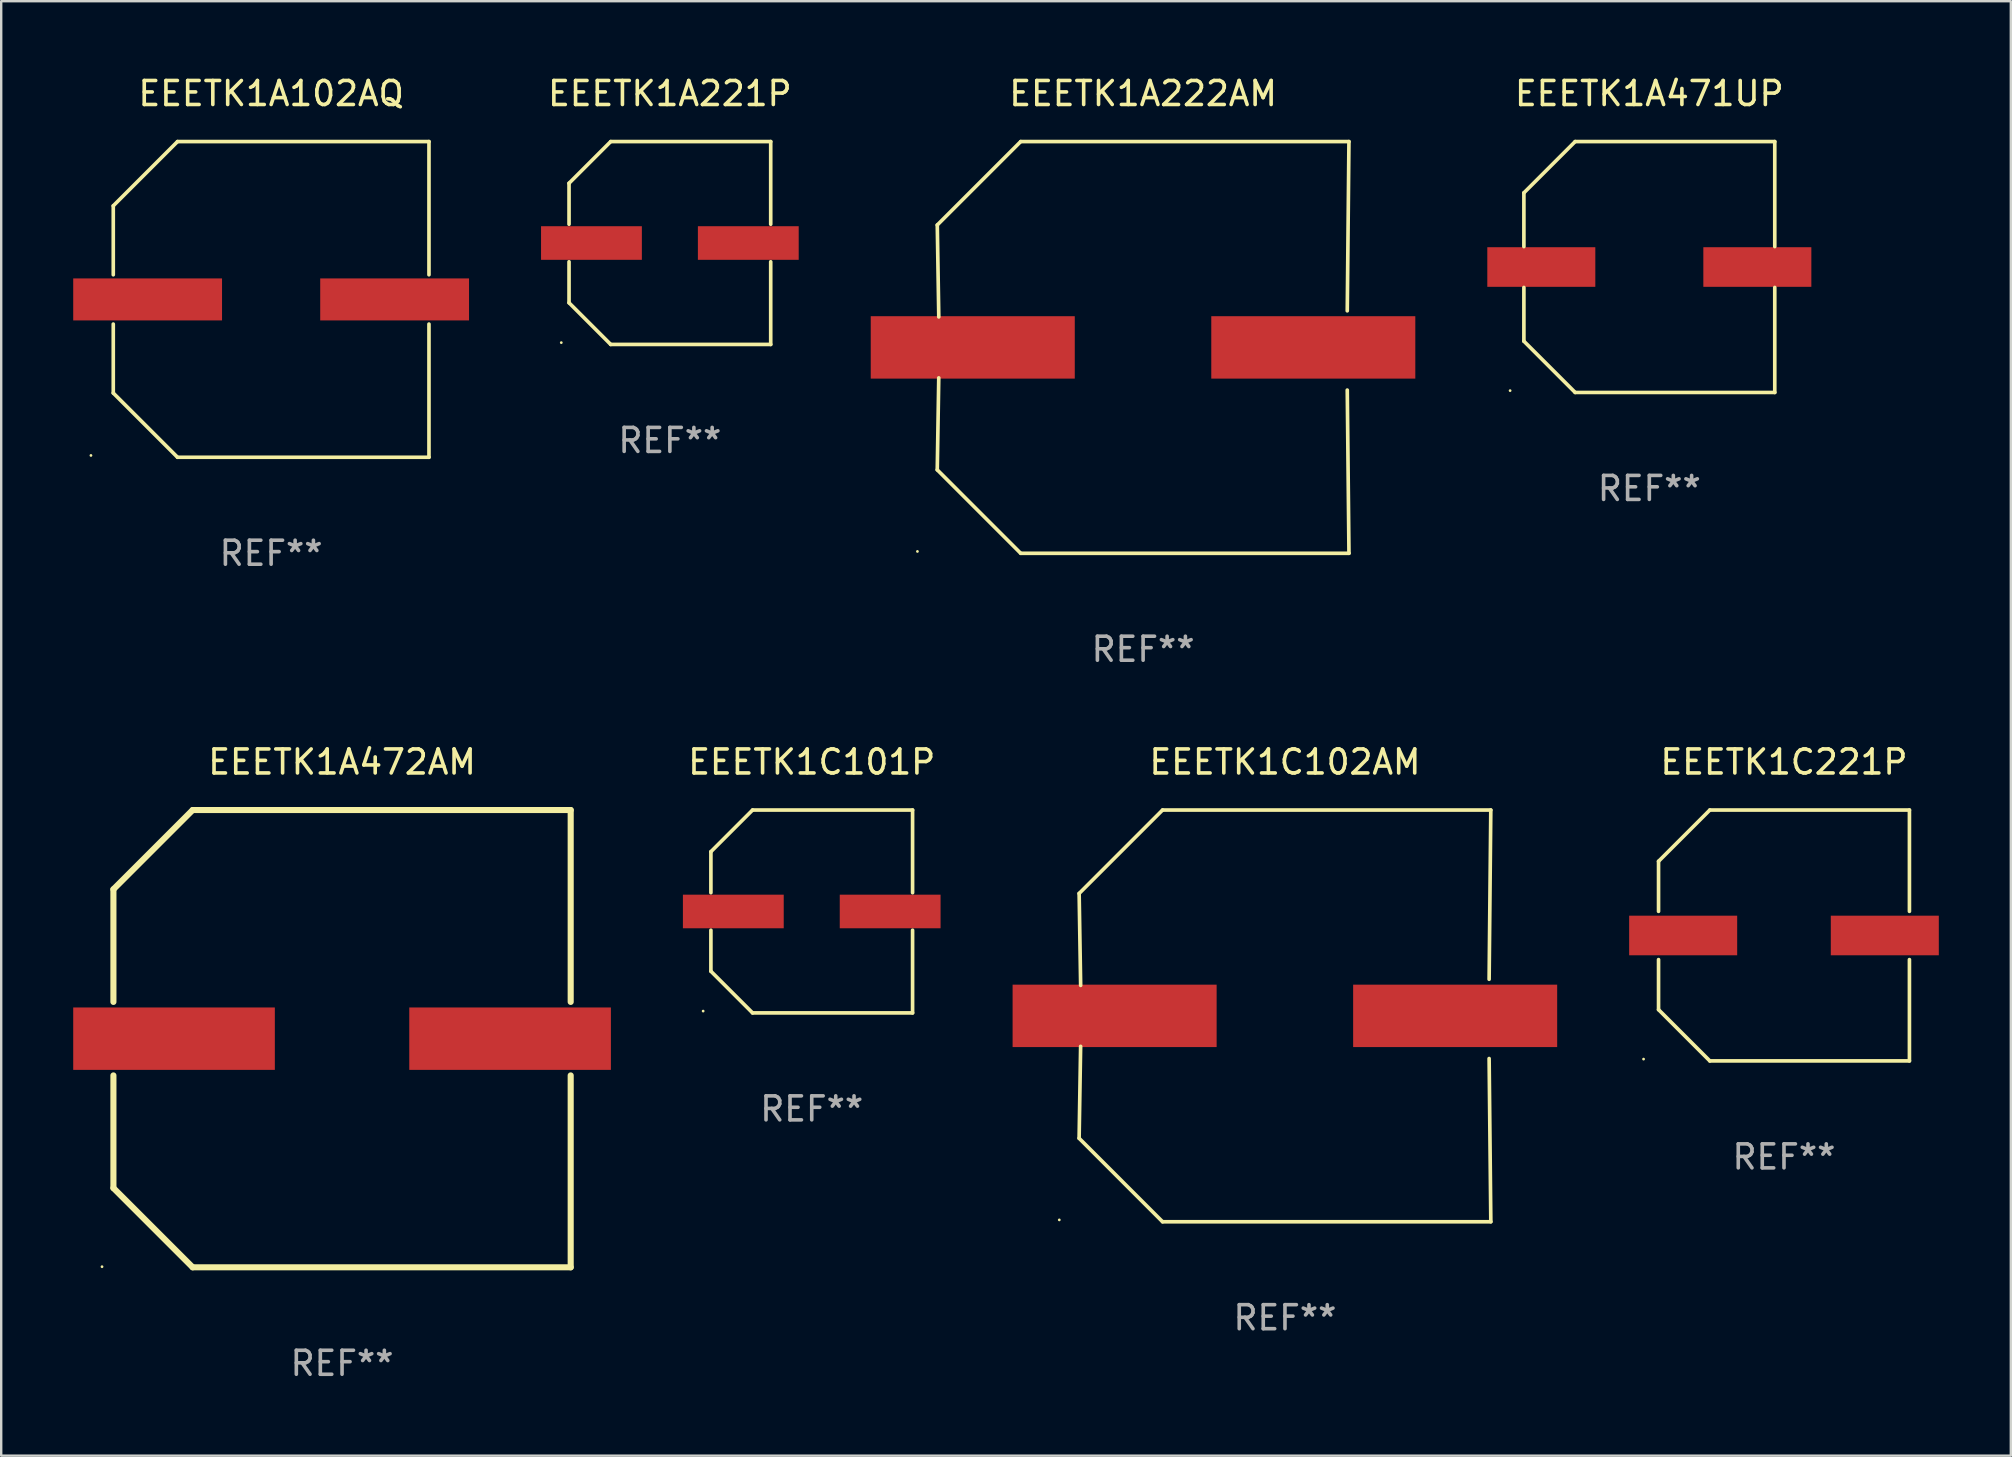
<source format=kicad_pcb>
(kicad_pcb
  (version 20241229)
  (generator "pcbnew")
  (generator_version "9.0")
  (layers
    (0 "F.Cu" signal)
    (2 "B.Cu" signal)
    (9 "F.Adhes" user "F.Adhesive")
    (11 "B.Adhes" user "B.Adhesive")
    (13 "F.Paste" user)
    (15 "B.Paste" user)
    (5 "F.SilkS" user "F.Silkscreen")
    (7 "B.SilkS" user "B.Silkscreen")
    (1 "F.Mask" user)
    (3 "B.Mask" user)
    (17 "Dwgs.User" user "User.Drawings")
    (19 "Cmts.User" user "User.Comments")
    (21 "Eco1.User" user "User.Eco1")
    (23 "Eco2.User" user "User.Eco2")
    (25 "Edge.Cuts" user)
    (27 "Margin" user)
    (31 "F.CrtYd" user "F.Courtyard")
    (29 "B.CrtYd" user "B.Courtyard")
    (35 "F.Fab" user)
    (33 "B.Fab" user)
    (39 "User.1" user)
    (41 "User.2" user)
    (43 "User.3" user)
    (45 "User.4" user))
  (footprint "EEETK1A471UP"
    (layer "F.Cu")
    (at 65.661 8.074)
    (property "Reference" "EEETK1A471UP" (at 0 -7.226 0) (layer "F.SilkS") (effects (font (size 1 1) (thickness 0.15))))
    (attr through_hole)
    (fp_line (start -5.226 -3.09) (end -5.226 -0.852) (stroke (width 0.152) (type solid)) (layer "F.SilkS"))
    (fp_line (start -5.226 3.09) (end -5.226 0.852) (stroke (width 0.152) (type solid)) (layer "F.SilkS"))
    (fp_line (start -3.09 -5.226) (end -5.226 -3.09) (stroke (width 0.152) (type solid)) (layer "F.SilkS"))
    (fp_line (start -3.09 5.226) (end -5.226 3.09) (stroke (width 0.152) (type solid)) (layer "F.SilkS"))
    (fp_line (start 5.226 -5.226) (end -3.09 -5.226) (stroke (width 0.152) (type solid)) (layer "F.SilkS"))
    (fp_line (start 5.226 -0.852) (end 5.226 -5.226) (stroke (width 0.152) (type solid)) (layer "F.SilkS"))
    (fp_line (start 5.226 0.852) (end 5.226 5.226) (stroke (width 0.152) (type solid)) (layer "F.SilkS"))
    (fp_line (start 5.226 5.226) (end -3.09 5.226) (stroke (width 0.152) (type solid)) (layer "F.SilkS"))
    (fp_circle (center -5.8 5.15) (end -5.77 5.15) (stroke (width 0.06) (type solid)) (fill no) (layer "F.SilkS"))
    (fp_text user "REF**" (at 0 9.226 0) (layer "F.Fab") (effects (font (size 1 1) (thickness 0.15))))
    (pad "1" smd rect (at -4.5 0) (size 4.5 1.65) (layers "F.Cu" "F.Mask" "F.Paste"))
    (pad "2" smd rect (at 4.5 0) (size 4.5 1.65) (layers "F.Cu" "F.Mask" "F.Paste")))
  (footprint "EEETK1A221P"
    (layer "F.Cu")
    (at 24.857 7.074)
    (property "Reference" "EEETK1A221P" (at 0 -6.226 0) (layer "F.SilkS") (effects (font (size 1 1) (thickness 0.15))))
    (attr through_hole)
    (fp_line (start -4.201 -2.49) (end -4.201 -0.782) (stroke (width 0.152) (type solid)) (layer "F.SilkS"))
    (fp_line (start -4.201 2.49) (end -4.201 0.782) (stroke (width 0.152) (type solid)) (layer "F.SilkS"))
    (fp_line (start -2.465 -4.226) (end -4.201 -2.49) (stroke (width 0.152) (type solid)) (layer "F.SilkS"))
    (fp_line (start -2.465 4.226) (end -4.201 2.49) (stroke (width 0.152) (type solid)) (layer "F.SilkS"))
    (fp_line (start 4.201 -4.226) (end -2.465 -4.226) (stroke (width 0.152) (type solid)) (layer "F.SilkS"))
    (fp_line (start 4.201 -0.782) (end 4.201 -4.226) (stroke (width 0.152) (type solid)) (layer "F.SilkS"))
    (fp_line (start 4.201 0.782) (end 4.201 4.226) (stroke (width 0.152) (type solid)) (layer "F.SilkS"))
    (fp_line (start 4.201 4.226) (end -2.465 4.226) (stroke (width 0.152) (type solid)) (layer "F.SilkS"))
    (fp_circle (center -4.524 4.15) (end -4.494 4.15) (stroke (width 0.06) (type solid)) (fill no) (layer "F.SilkS"))
    (fp_text user "REF**" (at 0 8.226 0) (layer "F.Fab") (effects (font (size 1 1) (thickness 0.15))))
    (pad "1" smd rect (at -3.267 0) (size 4.2 1.4) (layers "F.Cu" "F.Mask" "F.Paste"))
    (pad "2" smd rect (at 3.267 0) (size 4.2 1.4) (layers "F.Cu" "F.Mask" "F.Paste")))
  (footprint "EEETK1A222AM"
    (layer "F.Cu")
    (at 44.572 11.424)
    (property "Reference" "EEETK1A222AM" (at 0 -10.576 0) (layer "F.SilkS") (effects (font (size 1 1) (thickness 0.15))))
    (attr through_hole)
    (fp_line (start -8.576 5.099) (end -8.513 1.269) (stroke (width 0.152) (type solid)) (layer "F.SilkS"))
    (fp_line (start -8.575 -5.101) (end -8.512 -1.271) (stroke (width 0.152) (type solid)) (layer "F.SilkS"))
    (fp_line (start -5.1 -8.576) (end -8.575 -5.101) (stroke (width 0.152) (type solid)) (layer "F.SilkS"))
    (fp_line (start -5.1 8.576) (end -8.576 5.099) (stroke (width 0.152) (type solid)) (layer "F.SilkS"))
    (fp_line (start 8.505 -1.525) (end 8.575 -8.576) (stroke (width 0.152) (type solid)) (layer "F.SilkS"))
    (fp_line (start 8.505 1.777) (end 8.576 8.576) (stroke (width 0.152) (type solid)) (layer "F.SilkS"))
    (fp_line (start 8.575 -8.576) (end -5.1 -8.576) (stroke (width 0.152) (type solid)) (layer "F.SilkS"))
    (fp_line (start 8.576 8.576) (end -5.1 8.576) (stroke (width 0.152) (type solid)) (layer "F.SilkS"))
    (fp_circle (center -9.402 8.499) (end -9.372 8.499) (stroke (width 0.06) (type solid)) (fill no) (layer "F.SilkS"))
    (fp_text user "REF**" (at 0 12.576 0) (layer "F.Fab") (effects (font (size 1 1) (thickness 0.15))))
    (pad "1" smd rect (at -7.097 -0.001) (size 8.5 2.6) (layers "F.Cu" "F.Mask" "F.Paste"))
    (pad "2" smd rect (at 7.09 -0.001) (size 8.5 2.6) (layers "F.Cu" "F.Mask" "F.Paste")))
  (footprint "EEETK1A472AM"
    (layer "F.Cu")
    (at 11.2 40.221)
    (property "Reference" "EEETK1A472AM" (at 0 -11.525 0) (layer "F.SilkS") (effects (font (size 1 1) (thickness 0.15))))
    (attr through_hole)
    (fp_line (start -9.525 -6.223) (end -9.525 -1.531) (stroke (width 0.254) (type solid)) (layer "F.SilkS"))
    (fp_line (start -9.525 1.531) (end -9.525 6.223) (stroke (width 0.254) (type solid)) (layer "F.SilkS"))
    (fp_line (start -9.525 6.223) (end -6.223 9.525) (stroke (width 0.254) (type solid)) (layer "F.SilkS"))
    (fp_line (start -6.223 -9.525) (end -9.525 -6.223) (stroke (width 0.254) (type solid)) (layer "F.SilkS"))
    (fp_line (start -6.223 9.525) (end 9.525 9.525) (stroke (width 0.254) (type solid)) (layer "F.SilkS"))
    (fp_line (start 9.525 -9.525) (end -6.223 -9.525) (stroke (width 0.254) (type solid)) (layer "F.SilkS"))
    (fp_line (start 9.525 -1.531) (end 9.525 -9.525) (stroke (width 0.254) (type solid)) (layer "F.SilkS"))
    (fp_line (start 9.525 9.525) (end 9.525 1.531) (stroke (width 0.254) (type solid)) (layer "F.SilkS"))
    (fp_circle (center -10 9.5) (end -9.97 9.5) (stroke (width 0.06) (type solid)) (fill no) (layer "F.SilkS"))
    (fp_text user "REF**" (at 0 13.525 0) (layer "F.Fab") (effects (font (size 1 1) (thickness 0.15))))
    (pad "1" smd rect (at -7 0) (size 8.4 2.6) (layers "F.Cu" "F.Mask" "F.Paste"))
    (pad "2" smd rect (at 7 0) (size 8.4 2.6) (layers "F.Cu" "F.Mask" "F.Paste")))
  (footprint "EEETK1A102AQ"
    (layer "F.Cu")
    (at 8.245 9.424)
    (property "Reference" "EEETK1A102AQ" (at 0 -8.576 0) (layer "F.SilkS") (effects (font (size 1 1) (thickness 0.15))))
    (attr through_hole)
    (fp_line (start -6.576 -3.9) (end -6.576 -1.027) (stroke (width 0.152) (type solid)) (layer "F.SilkS"))
    (fp_line (start -6.576 3.9) (end -6.576 1.027) (stroke (width 0.152) (type solid)) (layer "F.SilkS"))
    (fp_line (start -3.9 -6.576) (end -6.576 -3.9) (stroke (width 0.152) (type solid)) (layer "F.SilkS"))
    (fp_line (start -3.9 6.576) (end -6.576 3.9) (stroke (width 0.152) (type solid)) (layer "F.SilkS"))
    (fp_line (start 6.576 -6.576) (end -3.9 -6.576) (stroke (width 0.152) (type solid)) (layer "F.SilkS"))
    (fp_line (start 6.576 -1.027) (end 6.576 -6.576) (stroke (width 0.152) (type solid)) (layer "F.SilkS"))
    (fp_line (start 6.576 1.027) (end 6.576 6.576) (stroke (width 0.152) (type solid)) (layer "F.SilkS"))
    (fp_line (start 6.576 6.576) (end -3.9 6.576) (stroke (width 0.152) (type solid)) (layer "F.SilkS"))
    (fp_circle (center -7.506 6.5) (end -7.476 6.5) (stroke (width 0.06) (type solid)) (fill no) (layer "F.SilkS"))
    (fp_text user "REF**" (at 0 10.576 0) (layer "F.Fab") (effects (font (size 1 1) (thickness 0.15))))
    (pad "1" smd rect (at -5.145 0) (size 6.2 1.75) (layers "F.Cu" "F.Mask" "F.Paste"))
    (pad "2" smd rect (at 5.145 0) (size 6.2 1.75) (layers "F.Cu" "F.Mask" "F.Paste")))
  (footprint "EEETK1C101P"
    (layer "F.Cu")
    (at 30.767 34.922)
    (property "Reference" "EEETK1C101P" (at 0 -6.226 0) (layer "F.SilkS") (effects (font (size 1 1) (thickness 0.15))))
    (attr through_hole)
    (fp_line (start -4.201 -2.49) (end -4.201 -0.782) (stroke (width 0.152) (type solid)) (layer "F.SilkS"))
    (fp_line (start -4.201 2.49) (end -4.201 0.782) (stroke (width 0.152) (type solid)) (layer "F.SilkS"))
    (fp_line (start -2.465 -4.226) (end -4.201 -2.49) (stroke (width 0.152) (type solid)) (layer "F.SilkS"))
    (fp_line (start -2.465 4.226) (end -4.201 2.49) (stroke (width 0.152) (type solid)) (layer "F.SilkS"))
    (fp_line (start 4.201 -4.226) (end -2.465 -4.226) (stroke (width 0.152) (type solid)) (layer "F.SilkS"))
    (fp_line (start 4.201 -0.782) (end 4.201 -4.226) (stroke (width 0.152) (type solid)) (layer "F.SilkS"))
    (fp_line (start 4.201 0.782) (end 4.201 4.226) (stroke (width 0.152) (type solid)) (layer "F.SilkS"))
    (fp_line (start 4.201 4.226) (end -2.465 4.226) (stroke (width 0.152) (type solid)) (layer "F.SilkS"))
    (fp_circle (center -4.524 4.15) (end -4.494 4.15) (stroke (width 0.06) (type solid)) (fill no) (layer "F.SilkS"))
    (fp_text user "REF**" (at 0 8.226 0) (layer "F.Fab") (effects (font (size 1 1) (thickness 0.15))))
    (pad "1" smd rect (at -3.267 0) (size 4.2 1.4) (layers "F.Cu" "F.Mask" "F.Paste"))
    (pad "2" smd rect (at 3.267 0) (size 4.2 1.4) (layers "F.Cu" "F.Mask" "F.Paste")))
  (footprint "EEETK1C102AM"
    (layer "F.Cu")
    (at 50.482 39.272)
    (property "Reference" "EEETK1C102AM" (at 0 -10.576 0) (layer "F.SilkS") (effects (font (size 1 1) (thickness 0.15))))
    (attr through_hole)
    (fp_line (start -8.576 5.099) (end -8.513 1.269) (stroke (width 0.152) (type solid)) (layer "F.SilkS"))
    (fp_line (start -8.575 -5.101) (end -8.512 -1.271) (stroke (width 0.152) (type solid)) (layer "F.SilkS"))
    (fp_line (start -5.1 -8.576) (end -8.575 -5.101) (stroke (width 0.152) (type solid)) (layer "F.SilkS"))
    (fp_line (start -5.1 8.576) (end -8.576 5.099) (stroke (width 0.152) (type solid)) (layer "F.SilkS"))
    (fp_line (start 8.505 -1.525) (end 8.575 -8.576) (stroke (width 0.152) (type solid)) (layer "F.SilkS"))
    (fp_line (start 8.505 1.777) (end 8.576 8.576) (stroke (width 0.152) (type solid)) (layer "F.SilkS"))
    (fp_line (start 8.575 -8.576) (end -5.1 -8.576) (stroke (width 0.152) (type solid)) (layer "F.SilkS"))
    (fp_line (start 8.576 8.576) (end -5.1 8.576) (stroke (width 0.152) (type solid)) (layer "F.SilkS"))
    (fp_circle (center -9.402 8.499) (end -9.372 8.499) (stroke (width 0.06) (type solid)) (fill no) (layer "F.SilkS"))
    (fp_text user "REF**" (at 0 12.576 0) (layer "F.Fab") (effects (font (size 1 1) (thickness 0.15))))
    (pad "1" smd rect (at -7.097 -0.001) (size 8.5 2.6) (layers "F.Cu" "F.Mask" "F.Paste"))
    (pad "2" smd rect (at 7.09 -0.001) (size 8.5 2.6) (layers "F.Cu" "F.Mask" "F.Paste")))
  (footprint "EEETK1C221P"
    (layer "F.Cu")
    (at 71.271 35.922)
    (property "Reference" "EEETK1C221P" (at 0 -7.226 0) (layer "F.SilkS") (effects (font (size 1 1) (thickness 0.15))))
    (attr through_hole)
    (fp_line (start -5.226 -3.09) (end -5.226 -1.005) (stroke (width 0.152) (type solid)) (layer "F.SilkS"))
    (fp_line (start -5.226 1.005) (end -5.226 3.09) (stroke (width 0.152) (type solid)) (layer "F.SilkS"))
    (fp_line (start -3.09 -5.226) (end -5.226 -3.09) (stroke (width 0.152) (type solid)) (layer "F.SilkS"))
    (fp_line (start -3.09 5.226) (end -5.226 3.09) (stroke (width 0.152) (type solid)) (layer "F.SilkS"))
    (fp_line (start 5.226 -5.226) (end -3.09 -5.226) (stroke (width 0.152) (type solid)) (layer "F.SilkS"))
    (fp_line (start 5.226 -5.226) (end 5.226 -1.005) (stroke (width 0.152) (type solid)) (layer "F.SilkS"))
    (fp_line (start 5.226 1.005) (end 5.226 5.226) (stroke (width 0.152) (type solid)) (layer "F.SilkS"))
    (fp_line (start 5.226 5.226) (end -3.09 5.226) (stroke (width 0.152) (type solid)) (layer "F.SilkS"))
    (fp_circle (center -5.85 5.15) (end -5.82 5.15) (stroke (width 0.06) (type solid)) (fill no) (layer "F.SilkS"))
    (fp_text user "REF**" (at 0 9.226 0) (layer "F.Fab") (effects (font (size 1 1) (thickness 0.15))))
    (pad "1" smd rect (at -4.2 0.000292) (size 4.5 1.65) (layers "F.Cu" "F.Mask" "F.Paste"))
    (pad "2" smd rect (at 4.2 0.000292) (size 4.5 1.65) (layers "F.Cu" "F.Mask" "F.Paste")))
  (gr_rect
    (start -3 -3)
    (end 80.721 57.594)
    (stroke (width 0.1) (type default))
    (fill no)
    (layer "Edge.Cuts")))
</source>
